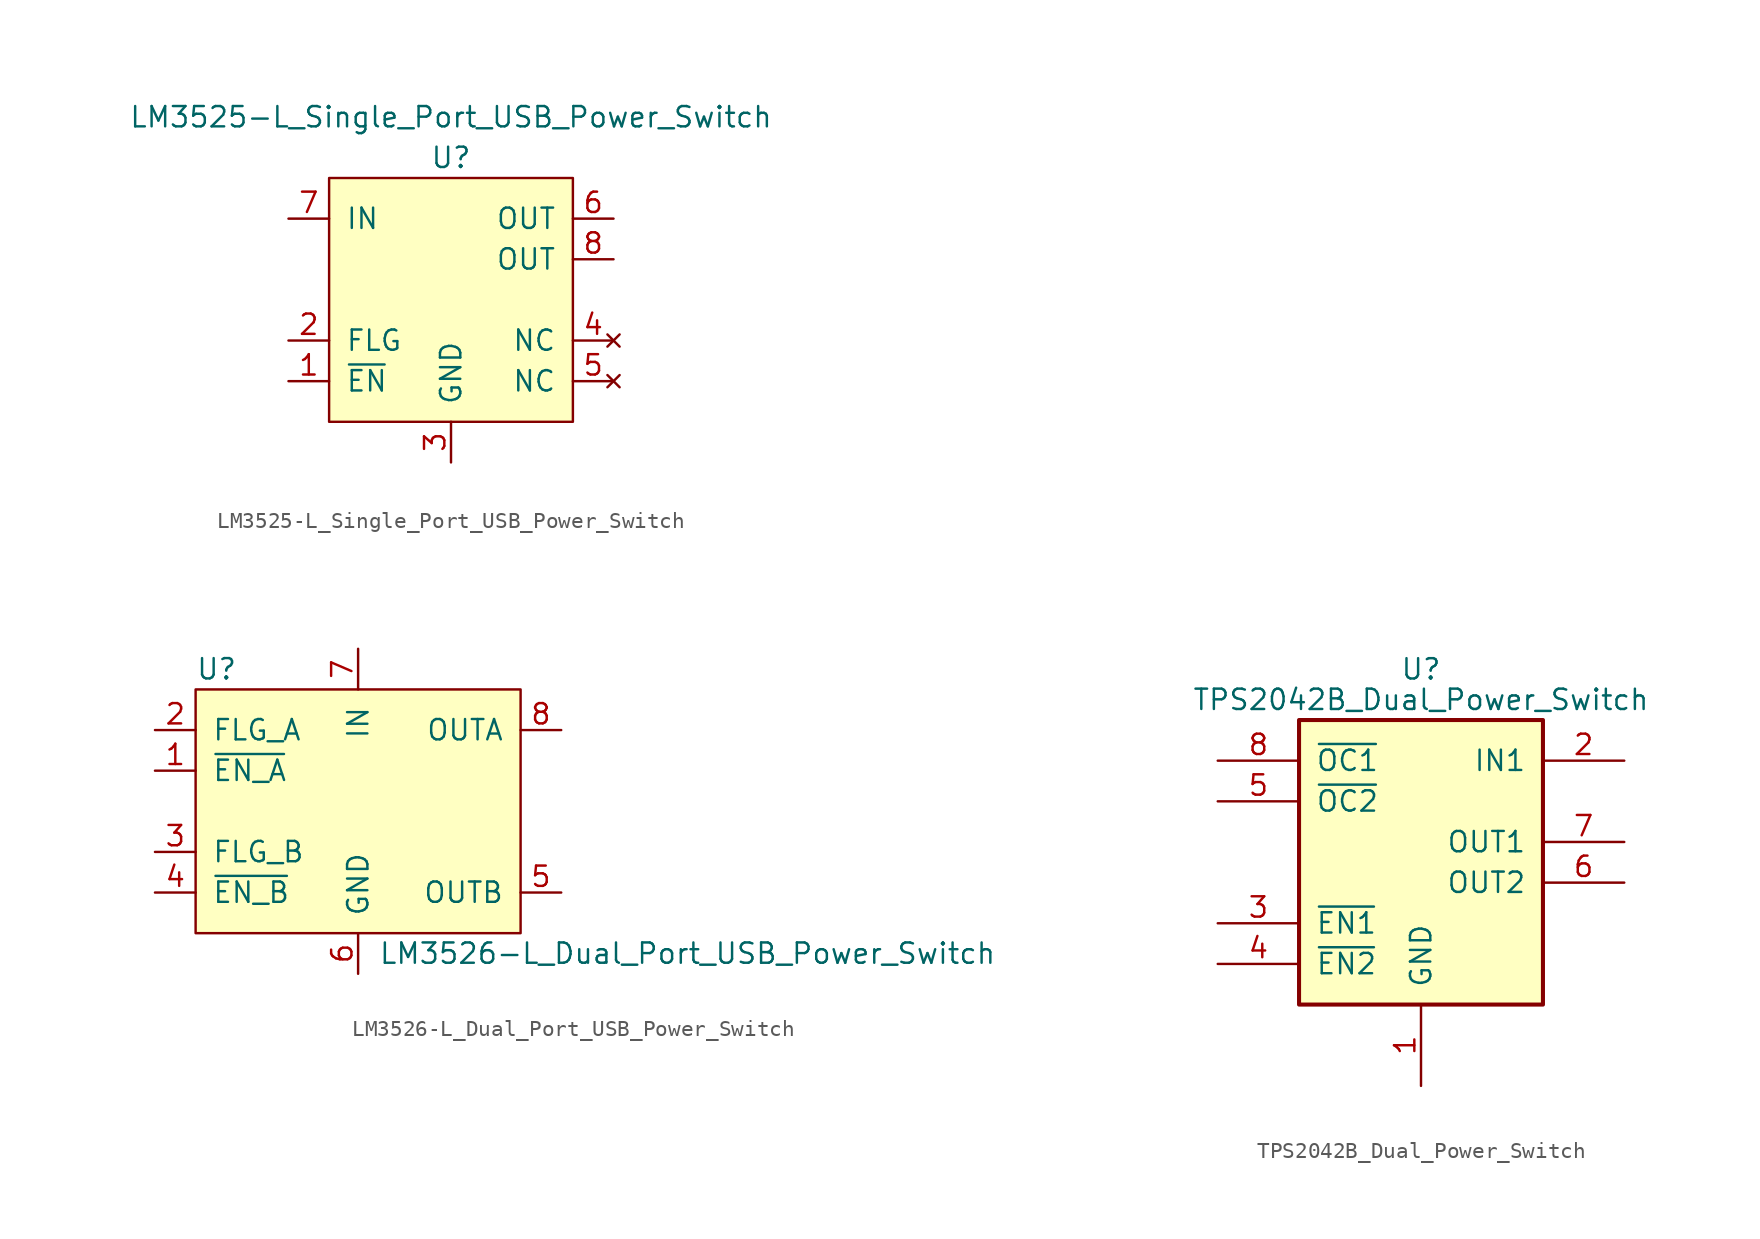
<source format=kicad_sym>
(kicad_symbol_lib
  (version 20211014)
  (generator kicad_symbol_editor)
  (symbol "LM3525-L_Single_Port_USB_Power_Switch"
    (pin_names
      (offset 1.016))
    (property "Reference" "U"
      (at 0 8.89 0)
      (effects (font (size 1.27 1.27))))
    (property "Value" "LM3525-L_Single_Port_USB_Power_Switch"
      (at 0 11.43 0)
      (effects (font (size 1.27 1.27))))
    (symbol "LM3525-L_Single_Port_USB_Power_Switch_0_1"
      (rectangle (start -7.62 7.62) (end 7.62 -7.62) (stroke (width 0) (type default) (color 0 0 0 0)) (fill (type background))))
    (symbol "LM3525-L_Single_Port_USB_Power_Switch_1_1"
      (pin input line (at -10.16 -5.08 0) (length 2.54) (name "~{EN}" (effects (font (size 1.27 1.27)))) (number "1" (effects (font (size 1.27 1.27)))))
      (pin open_collector line (at -10.16 -2.54 0) (length 2.54) (name "FLG" (effects (font (size 1.27 1.27)))) (number "2" (effects (font (size 1.27 1.27)))))
      (pin power_in line (at 0 -10.16 90) (length 2.54) (name "GND" (effects (font (size 1.27 1.27)))) (number "3" (effects (font (size 1.27 1.27)))))
      (pin no_connect line (at 10.16 -2.54 180) (length 2.54) (name "NC" (effects (font (size 1.27 1.27)))) (number "4" (effects (font (size 1.27 1.27)))))
      (pin no_connect line (at 10.16 -5.08 180) (length 2.54) (name "NC" (effects (font (size 1.27 1.27)))) (number "5" (effects (font (size 1.27 1.27)))))
      (pin power_out line (at 10.16 5.08 180) (length 2.54) (name "OUT" (effects (font (size 1.27 1.27)))) (number "6" (effects (font (size 1.27 1.27)))))
      (pin power_in line (at -10.16 5.08 0) (length 2.54) (name "IN" (effects (font (size 1.27 1.27)))) (number "7" (effects (font (size 1.27 1.27)))))
      (pin power_out line (at 10.16 2.54 180) (length 2.54) (name "OUT" (effects (font (size 1.27 1.27)))) (number "8" (effects (font (size 1.27 1.27)))))))
  (symbol "LM3526-L_Dual_Port_USB_Power_Switch"
    (pin_names
      (offset 1.016))
    (property "Reference" "U"
      (at -10.16 8.89 0)
      (effects (font (size 1.27 1.27)) (justify left)))
    (property "Value" "LM3526-L_Dual_Port_USB_Power_Switch"
      (at 1.27 -8.89 0)
      (effects (font (size 1.27 1.27)) (justify left)))
    (symbol "LM3526-L_Dual_Port_USB_Power_Switch_0_1"
      (rectangle (start -10.16 7.62) (end 10.16 -7.62) (stroke (width 0) (type default) (color 0 0 0 0)) (fill (type background))))
    (symbol "LM3526-L_Dual_Port_USB_Power_Switch_1_1"
      (pin input line (at -12.7 2.54 0) (length 2.54) (name "~{EN_A}" (effects (font (size 1.27 1.27)))) (number "1" (effects (font (size 1.27 1.27)))))
      (pin open_collector line (at -12.7 5.08 0) (length 2.54) (name "FLG_A" (effects (font (size 1.27 1.27)))) (number "2" (effects (font (size 1.27 1.27)))))
      (pin open_collector line (at -12.7 -2.54 0) (length 2.54) (name "FLG_B" (effects (font (size 1.27 1.27)))) (number "3" (effects (font (size 1.27 1.27)))))
      (pin input line (at -12.7 -5.08 0) (length 2.54) (name "~{EN_B}" (effects (font (size 1.27 1.27)))) (number "4" (effects (font (size 1.27 1.27)))))
      (pin power_out line (at 12.7 -5.08 180) (length 2.54) (name "OUTB" (effects (font (size 1.27 1.27)))) (number "5" (effects (font (size 1.27 1.27)))))
      (pin power_in line (at 0 -10.16 90) (length 2.54) (name "GND" (effects (font (size 1.27 1.27)))) (number "6" (effects (font (size 1.27 1.27)))))
      (pin power_in line (at 0 10.16 270) (length 2.54) (name "IN" (effects (font (size 1.27 1.27)))) (number "7" (effects (font (size 1.27 1.27)))))
      (pin power_out line (at 12.7 5.08 180) (length 2.54) (name "OUTA" (effects (font (size 1.27 1.27)))) (number "8" (effects (font (size 1.27 1.27)))))))
  (symbol "TPS2042B_Dual_Power_Switch"
    (pin_names
      (offset 1.016))
    (property "Reference" "U"
      (at 0 10.795 0)
      (effects (font (size 1.27 1.27))))
    (property "Value" "TPS2042B_Dual_Power_Switch"
      (at 0 8.89 0)
      (effects (font (size 1.27 1.27))))
    (symbol "TPS2042B_Dual_Power_Switch_0_1"
      (rectangle (start -7.62 7.62) (end 7.62 -10.16) (stroke (width 0.254) (type default) (color 0 0 0 0)) (fill (type background))))
    (symbol "TPS2042B_Dual_Power_Switch_1_1"
      (pin power_in line (at 0 -15.24 90) (length 5.08) (name "GND" (effects (font (size 1.27 1.27)))) (number "1" (effects (font (size 1.27 1.27)))))
      (pin power_in line (at 12.7 5.08 180) (length 5.08) (name "IN1" (effects (font (size 1.27 1.27)))) (number "2" (effects (font (size 1.27 1.27)))))
      (pin input line (at -12.7 -5.08 0) (length 5.08) (name "~{EN1}" (effects (font (size 1.27 1.27)))) (number "3" (effects (font (size 1.27 1.27)))))
      (pin input line (at -12.7 -7.62 0) (length 5.08) (name "~{EN2}" (effects (font (size 1.27 1.27)))) (number "4" (effects (font (size 1.27 1.27)))))
      (pin open_collector line (at -12.7 2.54 0) (length 5.08) (name "~{OC2}" (effects (font (size 1.27 1.27)))) (number "5" (effects (font (size 1.27 1.27)))))
      (pin power_out line (at 12.7 -2.54 180) (length 5.08) (name "OUT2" (effects (font (size 1.27 1.27)))) (number "6" (effects (font (size 1.27 1.27)))))
      (pin power_out line (at 12.7 0 180) (length 5.08) (name "OUT1" (effects (font (size 1.27 1.27)))) (number "7" (effects (font (size 1.27 1.27)))))
      (pin open_collector line (at -12.7 5.08 0) (length 5.08) (name "~{OC1}" (effects (font (size 1.27 1.27)))) (number "8" (effects (font (size 1.27 1.27))))))))
</source>
